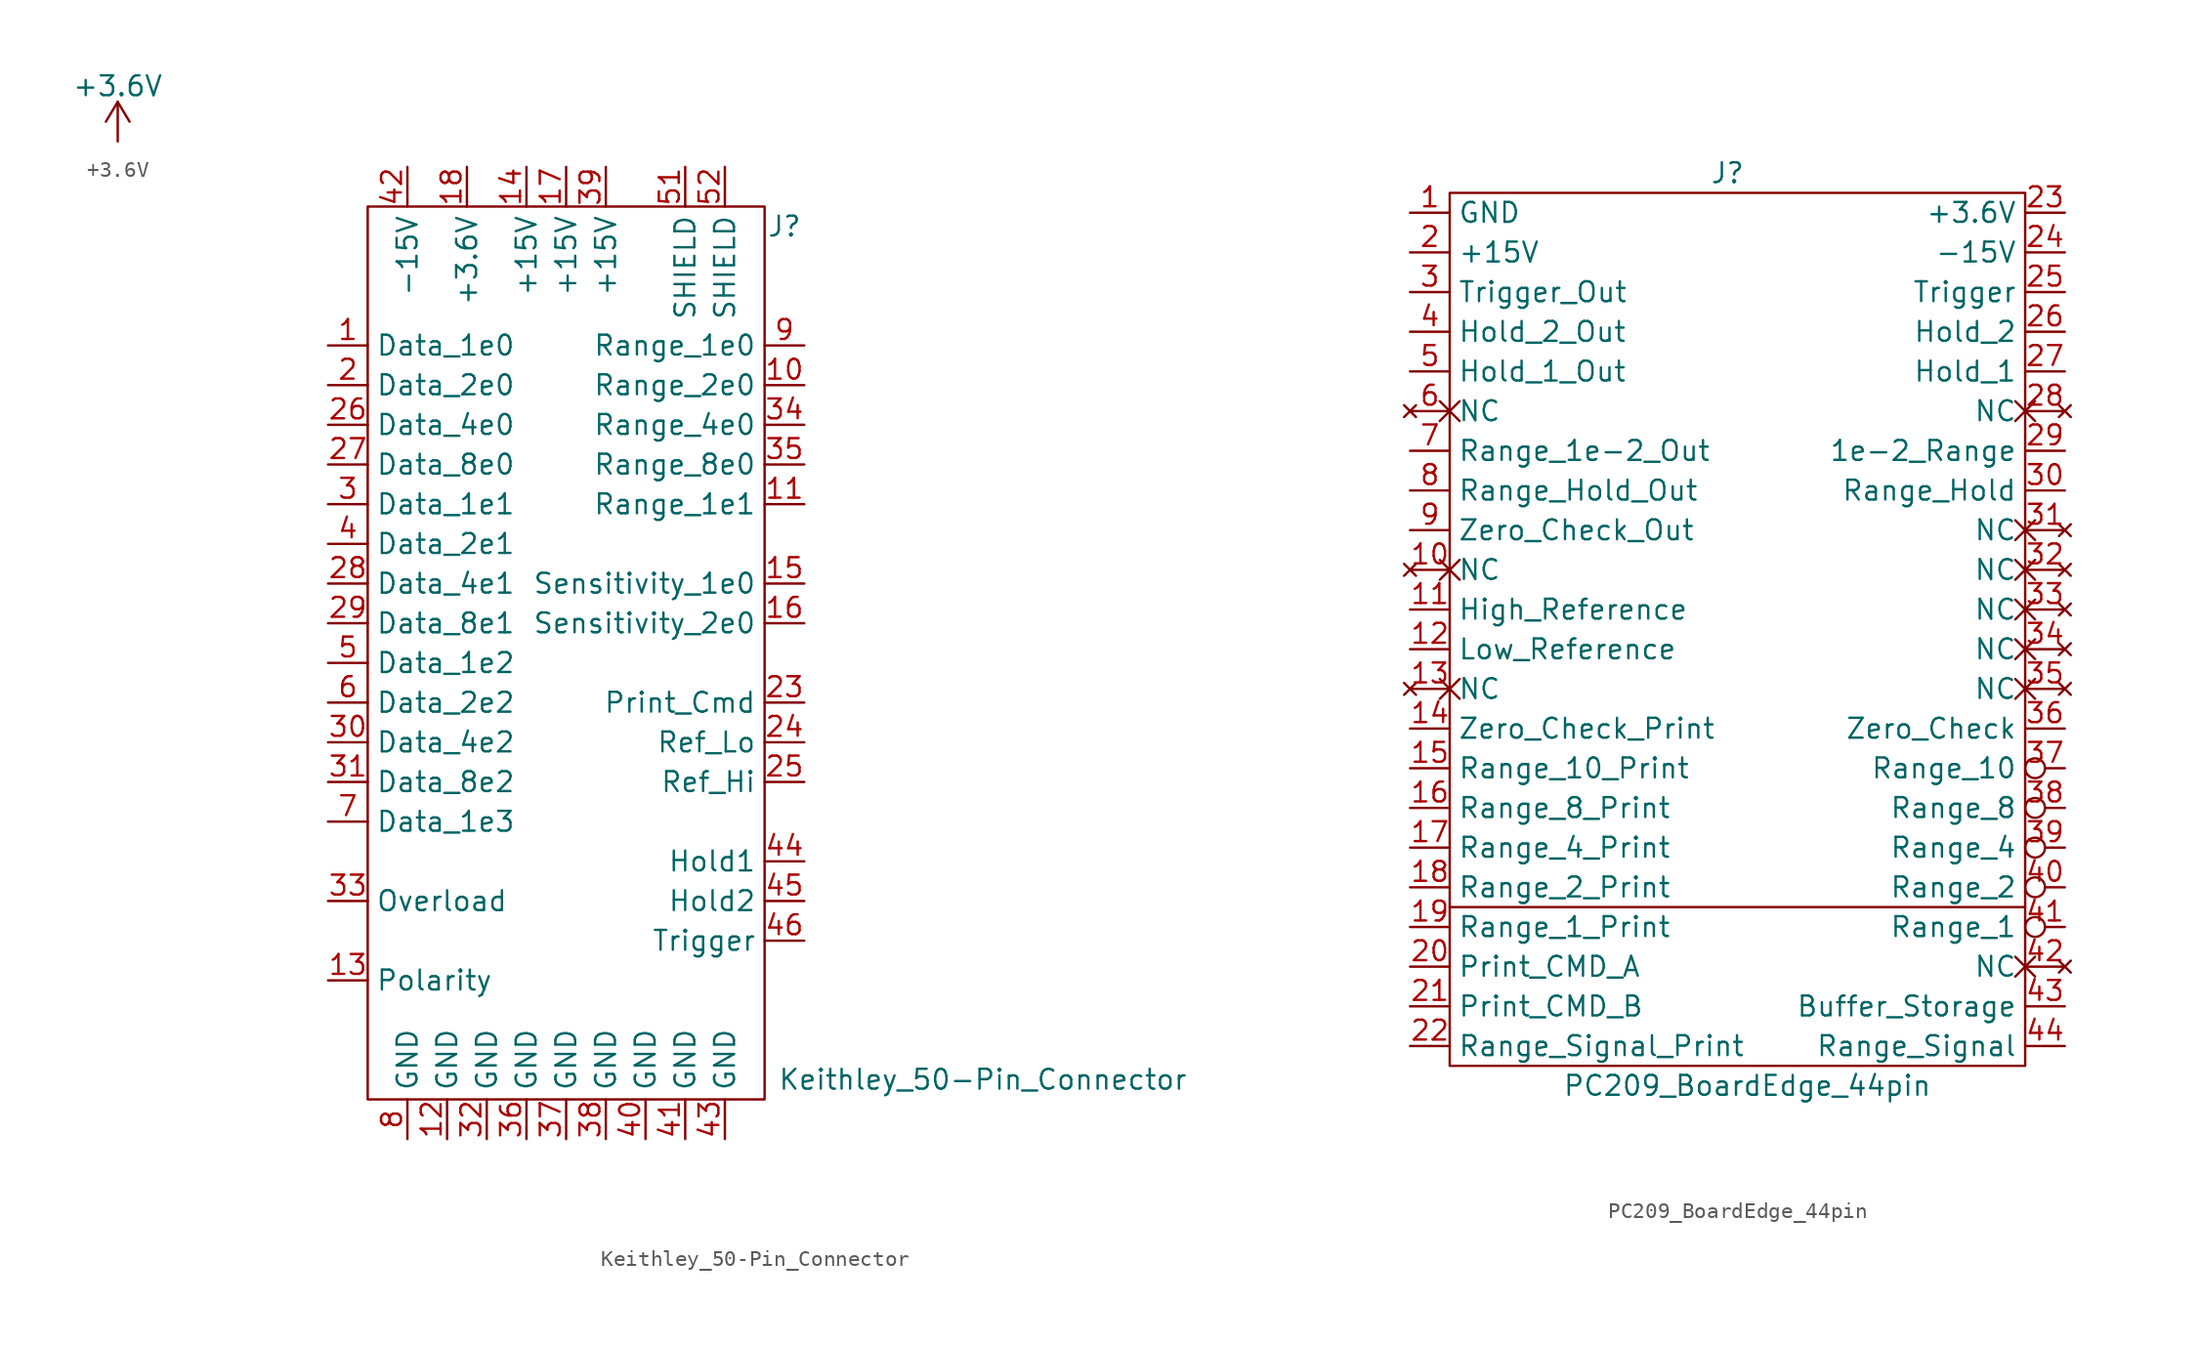
<source format=kicad_sym>
(kicad_symbol_lib
  (version 20211014)
  (generator kicad_symbol_editor)
  (symbol "+3.6V"
    (power)
    (pin_names
      (offset 0))
    (property "Reference" "#PWR"
      (at 0 -3.81 0)
      (effects (font (size 1.27 1.27)) hide))
    (property "Value" "+3.6V"
      (at 0 3.556 0)
      (effects (font (size 1.27 1.27))))
    (symbol "+3.6V_0_1"
      (polyline (pts (xy -0.762 1.27) (xy 0 2.54)) (stroke (width 0) (type default) (color 0 0 0 0)) (fill (type none)))
      (polyline (pts (xy 0 0) (xy 0 2.54)) (stroke (width 0) (type default) (color 0 0 0 0)) (fill (type none)))
      (polyline (pts (xy 0 2.54) (xy 0.762 1.27)) (stroke (width 0) (type default) (color 0 0 0 0)) (fill (type none))))
    (symbol "+3.6V_1_1"
      (pin power_in line (at 0 0 90) (length 0) hide (name "+3.6V" (effects (font (size 1.27 1.27)))) (number "1" (effects (font (size 1.27 1.27)))))))
  (symbol "Keithley_50-Pin_Connector"
    (property "Reference" "J"
      (at 13.97 -1.27 0)
      (effects (font (size 1.27 1.27))))
    (property "Value" "Keithley_50-Pin_Connector"
      (at 26.67 -55.88 0)
      (effects (font (size 1.27 1.27))))
    (symbol "Keithley_50-Pin_Connector_0_1"
      (rectangle (start -12.7 0) (end 12.7 -57.15) (stroke (width 0) (type default) (color 0 0 0 0)) (fill (type none))))
    (symbol "Keithley_50-Pin_Connector_1_1"
      (pin output line (at -15.24 -8.89 0) (length 2.54) (name "Data_1e0" (effects (font (size 1.27 1.27)))) (number "1" (effects (font (size 1.27 1.27)))))
      (pin output line (at 15.24 -11.43 180) (length 2.54) (name "Range_2e0" (effects (font (size 1.27 1.27)))) (number "10" (effects (font (size 1.27 1.27)))))
      (pin output line (at 15.24 -19.05 180) (length 2.54) (name "Range_1e1" (effects (font (size 1.27 1.27)))) (number "11" (effects (font (size 1.27 1.27)))))
      (pin power_out line (at -7.62 -59.69 90) (length 2.54) (name "GND" (effects (font (size 1.27 1.27)))) (number "12" (effects (font (size 1.27 1.27)))))
      (pin output line (at -15.24 -49.53 0) (length 2.54) (name "Polarity" (effects (font (size 1.27 1.27)))) (number "13" (effects (font (size 1.27 1.27)))))
      (pin power_out line (at -2.54 2.54 270) (length 2.54) (name "+15V" (effects (font (size 1.27 1.27)))) (number "14" (effects (font (size 1.27 1.27)))))
      (pin output line (at 15.24 -24.13 180) (length 2.54) (name "Sensitivity_1e0" (effects (font (size 1.27 1.27)))) (number "15" (effects (font (size 1.27 1.27)))))
      (pin output line (at 15.24 -26.67 180) (length 2.54) (name "Sensitivity_2e0" (effects (font (size 1.27 1.27)))) (number "16" (effects (font (size 1.27 1.27)))))
      (pin power_out line (at 0 2.54 270) (length 2.54) (name "+15V" (effects (font (size 1.27 1.27)))) (number "17" (effects (font (size 1.27 1.27)))))
      (pin power_out line (at -6.35 2.54 270) (length 2.54) (name "+3.6V" (effects (font (size 1.27 1.27)))) (number "18" (effects (font (size 1.27 1.27)))))
      (pin no_connect line (at 31.75 -7.62 180) (length 2.54) hide (name "NC" (effects (font (size 1.27 1.27)))) (number "19" (effects (font (size 1.27 1.27)))))
      (pin output line (at -15.24 -11.43 0) (length 2.54) (name "Data_2e0" (effects (font (size 1.27 1.27)))) (number "2" (effects (font (size 1.27 1.27)))))
      (pin no_connect line (at 31.75 -10.16 180) (length 2.54) hide (name "NC" (effects (font (size 1.27 1.27)))) (number "20" (effects (font (size 1.27 1.27)))))
      (pin no_connect line (at 31.75 -12.7 180) (length 2.54) hide (name "NC" (effects (font (size 1.27 1.27)))) (number "21" (effects (font (size 1.27 1.27)))))
      (pin no_connect line (at 31.75 -15.24 180) (length 2.54) hide (name "NC" (effects (font (size 1.27 1.27)))) (number "22" (effects (font (size 1.27 1.27)))))
      (pin output line (at 15.24 -31.75 180) (length 2.54) (name "Print_Cmd" (effects (font (size 1.27 1.27)))) (number "23" (effects (font (size 1.27 1.27)))))
      (pin output line (at 15.24 -34.29 180) (length 2.54) (name "Ref_Lo" (effects (font (size 1.27 1.27)))) (number "24" (effects (font (size 1.27 1.27)))))
      (pin output line (at 15.24 -36.83 180) (length 2.54) (name "Ref_Hi" (effects (font (size 1.27 1.27)))) (number "25" (effects (font (size 1.27 1.27)))))
      (pin output line (at -15.24 -13.97 0) (length 2.54) (name "Data_4e0" (effects (font (size 1.27 1.27)))) (number "26" (effects (font (size 1.27 1.27)))))
      (pin output line (at -15.24 -16.51 0) (length 2.54) (name "Data_8e0" (effects (font (size 1.27 1.27)))) (number "27" (effects (font (size 1.27 1.27)))))
      (pin output line (at -15.24 -24.13 0) (length 2.54) (name "Data_4e1" (effects (font (size 1.27 1.27)))) (number "28" (effects (font (size 1.27 1.27)))))
      (pin output line (at -15.24 -26.67 0) (length 2.54) (name "Data_8e1" (effects (font (size 1.27 1.27)))) (number "29" (effects (font (size 1.27 1.27)))))
      (pin output line (at -15.24 -19.05 0) (length 2.54) (name "Data_1e1" (effects (font (size 1.27 1.27)))) (number "3" (effects (font (size 1.27 1.27)))))
      (pin output line (at -15.24 -34.29 0) (length 2.54) (name "Data_4e2" (effects (font (size 1.27 1.27)))) (number "30" (effects (font (size 1.27 1.27)))))
      (pin output line (at -15.24 -36.83 0) (length 2.54) (name "Data_8e2" (effects (font (size 1.27 1.27)))) (number "31" (effects (font (size 1.27 1.27)))))
      (pin power_out line (at -5.08 -59.69 90) (length 2.54) (name "GND" (effects (font (size 1.27 1.27)))) (number "32" (effects (font (size 1.27 1.27)))))
      (pin output line (at -15.24 -44.45 0) (length 2.54) (name "Overload" (effects (font (size 1.27 1.27)))) (number "33" (effects (font (size 1.27 1.27)))))
      (pin output line (at 15.24 -13.97 180) (length 2.54) (name "Range_4e0" (effects (font (size 1.27 1.27)))) (number "34" (effects (font (size 1.27 1.27)))))
      (pin output line (at 15.24 -16.51 180) (length 2.54) (name "Range_8e0" (effects (font (size 1.27 1.27)))) (number "35" (effects (font (size 1.27 1.27)))))
      (pin power_out line (at -2.54 -59.69 90) (length 2.54) (name "GND" (effects (font (size 1.27 1.27)))) (number "36" (effects (font (size 1.27 1.27)))))
      (pin power_out line (at 0 -59.69 90) (length 2.54) (name "GND" (effects (font (size 1.27 1.27)))) (number "37" (effects (font (size 1.27 1.27)))))
      (pin power_out line (at 2.54 -59.69 90) (length 2.54) (name "GND" (effects (font (size 1.27 1.27)))) (number "38" (effects (font (size 1.27 1.27)))))
      (pin power_out line (at 2.54 2.54 270) (length 2.54) (name "+15V" (effects (font (size 1.27 1.27)))) (number "39" (effects (font (size 1.27 1.27)))))
      (pin output line (at -15.24 -21.59 0) (length 2.54) (name "Data_2e1" (effects (font (size 1.27 1.27)))) (number "4" (effects (font (size 1.27 1.27)))))
      (pin power_out line (at 5.08 -59.69 90) (length 2.54) (name "GND" (effects (font (size 1.27 1.27)))) (number "40" (effects (font (size 1.27 1.27)))))
      (pin power_out line (at 7.62 -59.69 90) (length 2.54) (name "GND" (effects (font (size 1.27 1.27)))) (number "41" (effects (font (size 1.27 1.27)))))
      (pin power_out line (at -10.16 2.54 270) (length 2.54) (name "-15V" (effects (font (size 1.27 1.27)))) (number "42" (effects (font (size 1.27 1.27)))))
      (pin power_out line (at 10.16 -59.69 90) (length 2.54) (name "GND" (effects (font (size 1.27 1.27)))) (number "43" (effects (font (size 1.27 1.27)))))
      (pin input line (at 15.24 -41.91 180) (length 2.54) (name "Hold1" (effects (font (size 1.27 1.27)))) (number "44" (effects (font (size 1.27 1.27)))))
      (pin input line (at 15.24 -44.45 180) (length 2.54) (name "Hold2" (effects (font (size 1.27 1.27)))) (number "45" (effects (font (size 1.27 1.27)))))
      (pin input line (at 15.24 -46.99 180) (length 2.54) (name "Trigger" (effects (font (size 1.27 1.27)))) (number "46" (effects (font (size 1.27 1.27)))))
      (pin no_connect line (at 31.75 -17.78 180) (length 2.54) hide (name "NC" (effects (font (size 1.27 1.27)))) (number "47" (effects (font (size 1.27 1.27)))))
      (pin no_connect line (at 31.75 -20.32 180) (length 2.54) hide (name "NC" (effects (font (size 1.27 1.27)))) (number "48" (effects (font (size 1.27 1.27)))))
      (pin no_connect line (at 31.75 -22.86 180) (length 2.54) hide (name "NC" (effects (font (size 1.27 1.27)))) (number "49" (effects (font (size 1.27 1.27)))))
      (pin output line (at -15.24 -29.21 0) (length 2.54) (name "Data_1e2" (effects (font (size 1.27 1.27)))) (number "5" (effects (font (size 1.27 1.27)))))
      (pin no_connect line (at 31.75 -25.4 180) (length 2.54) hide (name "NC" (effects (font (size 1.27 1.27)))) (number "50" (effects (font (size 1.27 1.27)))))
      (pin passive line (at 7.62 2.54 270) (length 2.54) (name "SHIELD" (effects (font (size 1.27 1.27)))) (number "51" (effects (font (size 1.27 1.27)))))
      (pin passive line (at 10.16 2.54 270) (length 2.54) (name "SHIELD" (effects (font (size 1.27 1.27)))) (number "52" (effects (font (size 1.27 1.27)))))
      (pin output line (at -15.24 -31.75 0) (length 2.54) (name "Data_2e2" (effects (font (size 1.27 1.27)))) (number "6" (effects (font (size 1.27 1.27)))))
      (pin output line (at -15.24 -39.37 0) (length 2.54) (name "Data_1e3" (effects (font (size 1.27 1.27)))) (number "7" (effects (font (size 1.27 1.27)))))
      (pin power_out line (at -10.16 -59.69 90) (length 2.54) (name "GND" (effects (font (size 1.27 1.27)))) (number "8" (effects (font (size 1.27 1.27)))))
      (pin output line (at 15.24 -8.89 180) (length 2.54) (name "Range_1e0" (effects (font (size 1.27 1.27)))) (number "9" (effects (font (size 1.27 1.27)))))))
  (symbol "PC209_BoardEdge_44pin"
    (property "Reference" "J"
      (at -1.27 0 0)
      (effects (font (size 1.27 1.27))))
    (property "Value" "PC209_BoardEdge_44pin"
      (at 0 -58.42 0)
      (effects (font (size 1.27 1.27))))
    (symbol "PC209_BoardEdge_44pin_0_1"
      (rectangle (start -19.05 -1.27) (end 17.78 -57.15) (stroke (width 0) (type default) (color 0 0 0 0)) (fill (type none)))
      (polyline (pts (xy -19.05 -46.99) (xy 17.78 -46.99)) (stroke (width 0) (type default) (color 0 0 0 0)) (fill (type none))))
    (symbol "PC209_BoardEdge_44pin_1_1"
      (pin power_out line (at -21.59 -2.54 0) (length 2.54) (name "GND" (effects (font (size 1.27 1.27)))) (number "1" (effects (font (size 1.27 1.27)))))
      (pin no_connect non_logic (at -21.59 -25.4 0) (length 2.54) (name "NC" (effects (font (size 1.27 1.27)))) (number "10" (effects (font (size 1.27 1.27)))))
      (pin input line (at -21.59 -27.94 0) (length 2.54) (name "High_Reference" (effects (font (size 1.27 1.27)))) (number "11" (effects (font (size 1.27 1.27)))))
      (pin input line (at -21.59 -30.48 0) (length 2.54) (name "Low_Reference" (effects (font (size 1.27 1.27)))) (number "12" (effects (font (size 1.27 1.27)))))
      (pin no_connect non_logic (at -21.59 -33.02 0) (length 2.54) (name "NC" (effects (font (size 1.27 1.27)))) (number "13" (effects (font (size 1.27 1.27)))))
      (pin input line (at -21.59 -35.56 0) (length 2.54) (name "Zero_Check_Print" (effects (font (size 1.27 1.27)))) (number "14" (effects (font (size 1.27 1.27)))))
      (pin input line (at -21.59 -38.1 0) (length 2.54) (name "Range_10_Print" (effects (font (size 1.27 1.27)))) (number "15" (effects (font (size 1.27 1.27)))))
      (pin input line (at -21.59 -40.64 0) (length 2.54) (name "Range_8_Print" (effects (font (size 1.27 1.27)))) (number "16" (effects (font (size 1.27 1.27)))))
      (pin input line (at -21.59 -43.18 0) (length 2.54) (name "Range_4_Print" (effects (font (size 1.27 1.27)))) (number "17" (effects (font (size 1.27 1.27)))))
      (pin input line (at -21.59 -45.72 0) (length 2.54) (name "Range_2_Print" (effects (font (size 1.27 1.27)))) (number "18" (effects (font (size 1.27 1.27)))))
      (pin input line (at -21.59 -48.26 0) (length 2.54) (name "Range_1_Print" (effects (font (size 1.27 1.27)))) (number "19" (effects (font (size 1.27 1.27)))))
      (pin power_out line (at -21.59 -5.08 0) (length 2.54) (name "+15V" (effects (font (size 1.27 1.27)))) (number "2" (effects (font (size 1.27 1.27)))))
      (pin input line (at -21.59 -50.8 0) (length 2.54) (name "Print_CMD_A" (effects (font (size 1.27 1.27)))) (number "20" (effects (font (size 1.27 1.27)))))
      (pin input line (at -21.59 -53.34 0) (length 2.54) (name "Print_CMD_B" (effects (font (size 1.27 1.27)))) (number "21" (effects (font (size 1.27 1.27)))))
      (pin input line (at -21.59 -55.88 0) (length 2.54) (name "Range_Signal_Print" (effects (font (size 1.27 1.27)))) (number "22" (effects (font (size 1.27 1.27)))))
      (pin power_out line (at 20.32 -2.54 180) (length 2.54) (name "+3.6V" (effects (font (size 1.27 1.27)))) (number "23" (effects (font (size 1.27 1.27)))))
      (pin power_out line (at 20.32 -5.08 180) (length 2.54) (name "-15V" (effects (font (size 1.27 1.27)))) (number "24" (effects (font (size 1.27 1.27)))))
      (pin output line (at 20.32 -7.62 180) (length 2.54) (name "Trigger" (effects (font (size 1.27 1.27)))) (number "25" (effects (font (size 1.27 1.27)))))
      (pin output line (at 20.32 -10.16 180) (length 2.54) (name "Hold_2" (effects (font (size 1.27 1.27)))) (number "26" (effects (font (size 1.27 1.27)))))
      (pin output line (at 20.32 -12.7 180) (length 2.54) (name "Hold_1" (effects (font (size 1.27 1.27)))) (number "27" (effects (font (size 1.27 1.27)))))
      (pin no_connect non_logic (at 20.32 -15.24 180) (length 2.54) (name "NC" (effects (font (size 1.27 1.27)))) (number "28" (effects (font (size 1.27 1.27)))))
      (pin output line (at 20.32 -17.78 180) (length 2.54) (name "1e-2_Range" (effects (font (size 1.27 1.27)))) (number "29" (effects (font (size 1.27 1.27)))))
      (pin input line (at -21.59 -7.62 0) (length 2.54) (name "Trigger_Out" (effects (font (size 1.27 1.27)))) (number "3" (effects (font (size 1.27 1.27)))))
      (pin output line (at 20.32 -20.32 180) (length 2.54) (name "Range_Hold" (effects (font (size 1.27 1.27)))) (number "30" (effects (font (size 1.27 1.27)))))
      (pin no_connect non_logic (at 20.32 -22.86 180) (length 2.54) (name "NC" (effects (font (size 1.27 1.27)))) (number "31" (effects (font (size 1.27 1.27)))))
      (pin no_connect non_logic (at 20.32 -25.4 180) (length 2.54) (name "NC" (effects (font (size 1.27 1.27)))) (number "32" (effects (font (size 1.27 1.27)))))
      (pin no_connect non_logic (at 20.32 -27.94 180) (length 2.54) (name "NC" (effects (font (size 1.27 1.27)))) (number "33" (effects (font (size 1.27 1.27)))))
      (pin no_connect non_logic (at 20.32 -30.48 180) (length 2.54) (name "NC" (effects (font (size 1.27 1.27)))) (number "34" (effects (font (size 1.27 1.27)))))
      (pin no_connect non_logic (at 20.32 -33.02 180) (length 2.54) (name "NC" (effects (font (size 1.27 1.27)))) (number "35" (effects (font (size 1.27 1.27)))))
      (pin output line (at 20.32 -35.56 180) (length 2.54) (name "Zero_Check" (effects (font (size 1.27 1.27)))) (number "36" (effects (font (size 1.27 1.27)))))
      (pin output inverted (at 20.32 -38.1 180) (length 2.54) (name "Range_10" (effects (font (size 1.27 1.27)))) (number "37" (effects (font (size 1.27 1.27)))))
      (pin output inverted (at 20.32 -40.64 180) (length 2.54) (name "Range_8" (effects (font (size 1.27 1.27)))) (number "38" (effects (font (size 1.27 1.27)))))
      (pin output inverted (at 20.32 -43.18 180) (length 2.54) (name "Range_4" (effects (font (size 1.27 1.27)))) (number "39" (effects (font (size 1.27 1.27)))))
      (pin input line (at -21.59 -10.16 0) (length 2.54) (name "Hold_2_Out" (effects (font (size 1.27 1.27)))) (number "4" (effects (font (size 1.27 1.27)))))
      (pin output inverted (at 20.32 -45.72 180) (length 2.54) (name "Range_2" (effects (font (size 1.27 1.27)))) (number "40" (effects (font (size 1.27 1.27)))))
      (pin output inverted (at 20.32 -48.26 180) (length 2.54) (name "Range_1" (effects (font (size 1.27 1.27)))) (number "41" (effects (font (size 1.27 1.27)))))
      (pin no_connect non_logic (at 20.32 -50.8 180) (length 2.54) (name "NC" (effects (font (size 1.27 1.27)))) (number "42" (effects (font (size 1.27 1.27)))))
      (pin output line (at 20.32 -53.34 180) (length 2.54) (name "Buffer_Storage" (effects (font (size 1.27 1.27)))) (number "43" (effects (font (size 1.27 1.27)))))
      (pin output line (at 20.32 -55.88 180) (length 2.54) (name "Range_Signal" (effects (font (size 1.27 1.27)))) (number "44" (effects (font (size 1.27 1.27)))))
      (pin input line (at -21.59 -12.7 0) (length 2.54) (name "Hold_1_Out" (effects (font (size 1.27 1.27)))) (number "5" (effects (font (size 1.27 1.27)))))
      (pin no_connect non_logic (at -21.59 -15.24 0) (length 2.54) (name "NC" (effects (font (size 1.27 1.27)))) (number "6" (effects (font (size 1.27 1.27)))))
      (pin input line (at -21.59 -17.78 0) (length 2.54) (name "Range_1e-2_Out" (effects (font (size 1.27 1.27)))) (number "7" (effects (font (size 1.27 1.27)))))
      (pin input line (at -21.59 -20.32 0) (length 2.54) (name "Range_Hold_Out" (effects (font (size 1.27 1.27)))) (number "8" (effects (font (size 1.27 1.27)))))
      (pin input line (at -21.59 -22.86 0) (length 2.54) (name "Zero_Check_Out" (effects (font (size 1.27 1.27)))) (number "9" (effects (font (size 1.27 1.27))))))))
</source>
